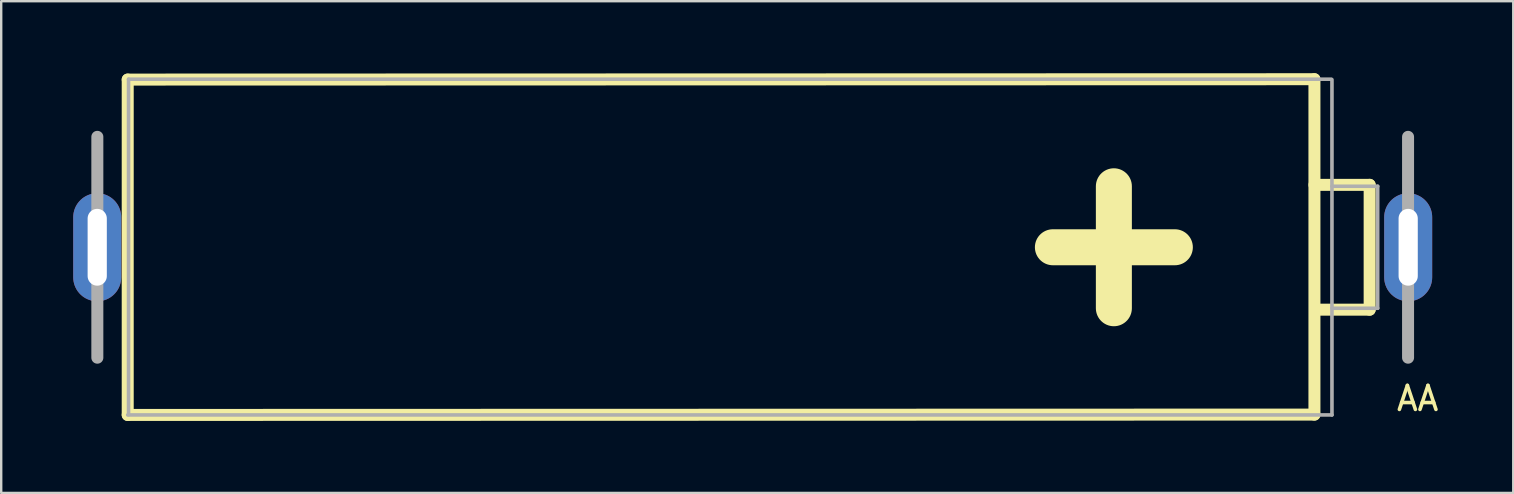
<source format=kicad_pcb>
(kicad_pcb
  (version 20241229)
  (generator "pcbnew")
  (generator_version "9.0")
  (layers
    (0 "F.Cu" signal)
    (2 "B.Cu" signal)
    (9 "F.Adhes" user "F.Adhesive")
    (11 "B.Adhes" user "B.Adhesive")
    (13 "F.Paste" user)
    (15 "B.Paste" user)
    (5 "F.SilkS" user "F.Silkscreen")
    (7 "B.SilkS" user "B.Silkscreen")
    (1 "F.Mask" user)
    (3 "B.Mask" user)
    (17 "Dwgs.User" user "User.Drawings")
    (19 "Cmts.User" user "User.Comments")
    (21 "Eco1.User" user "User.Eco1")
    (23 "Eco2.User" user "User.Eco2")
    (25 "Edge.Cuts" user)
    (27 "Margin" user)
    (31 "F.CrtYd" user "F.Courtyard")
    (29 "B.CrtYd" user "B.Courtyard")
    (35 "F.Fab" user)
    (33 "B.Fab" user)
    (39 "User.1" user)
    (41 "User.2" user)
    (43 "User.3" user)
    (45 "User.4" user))
  (footprint "AA"
    (layer "F.Cu")
    (at 28.305 7.25)
    (property "Reference" "AA" (at 27.7 6.3 0) (layer "F.SilkS") (effects (font (size 1 1) (thickness 0.15))))
    (attr through_hole)
    (fp_line (start -26.035 -6.985) (end -26.035 6.985) (stroke (width 0.5) (type solid)) (layer "F.SilkS"))
    (fp_line (start 15.045 -2.54) (end 15.045 2.54) (stroke (width 1.5) (type solid)) (layer "F.SilkS"))
    (fp_line (start 17.585 0) (end 12.505 0) (stroke (width 1.5) (type solid)) (layer "F.SilkS"))
    (fp_line (start 23.4 -7) (end -26.035 -6.985) (stroke (width 0.5) (type solid)) (layer "F.SilkS"))
    (fp_line (start 23.4 -7) (end 23.4 6.97) (stroke (width 0.5) (type solid)) (layer "F.SilkS"))
    (fp_line (start 23.4 -2.6) (end 25.7 -2.6) (stroke (width 0.5) (type solid)) (layer "F.SilkS"))
    (fp_line (start 23.4 6.97) (end -26.035 6.985) (stroke (width 0.5) (type solid)) (layer "F.SilkS"))
    (fp_line (start 25.7 -2.6) (end 25.7 2.6) (stroke (width 0.5) (type solid)) (layer "F.SilkS"))
    (fp_line (start 25.7 2.6) (end 23.5 2.6) (stroke (width 0.5) (type solid)) (layer "F.SilkS"))
    (fp_line (start -27.3 -4.6) (end -27.3 4.6) (stroke (width 0.5) (type solid)) (layer "F.Fab"))
    (fp_line (start -26.035 6.985) (end 24.13 6.985) (stroke (width 0.15) (type solid)) (layer "F.Fab"))
    (fp_line (start -26 -7) (end 24.1 -7) (stroke (width 0.15) (type solid)) (layer "F.Fab"))
    (fp_line (start -26 6.97) (end -26 -7) (stroke (width 0.15) (type solid)) (layer "F.Fab"))
    (fp_line (start 24.13 -2.54) (end 26.035 -2.54) (stroke (width 0.15) (type solid)) (layer "F.Fab"))
    (fp_line (start 24.13 6.985) (end 24.13 -6.985) (stroke (width 0.15) (type solid)) (layer "F.Fab"))
    (fp_line (start 26.035 -2.54) (end 26.035 2.54) (stroke (width 0.15) (type solid)) (layer "F.Fab"))
    (fp_line (start 26.035 2.54) (end 24.13 2.54) (stroke (width 0.15) (type solid)) (layer "F.Fab"))
    (fp_line (start 27.3 -4.6) (end 27.3 4.6) (stroke (width 0.5) (type solid)) (layer "F.Fab"))
    (pad "1" thru_hole oval (at 27.305 0) (size 2 4.5) (drill oval 0.8 3.2) (layers "*.Cu" "*.Mask"))
    (pad "2" thru_hole oval (at -27.305 0) (size 2 4.5) (drill oval 0.8 3.2) (layers "*.Cu" "*.Mask")))
  (gr_rect
    (start -3 -3)
    (end 59.987 17.485)
    (stroke (width 0.1) (type default))
    (fill no)
    (layer "Edge.Cuts")))
</source>
